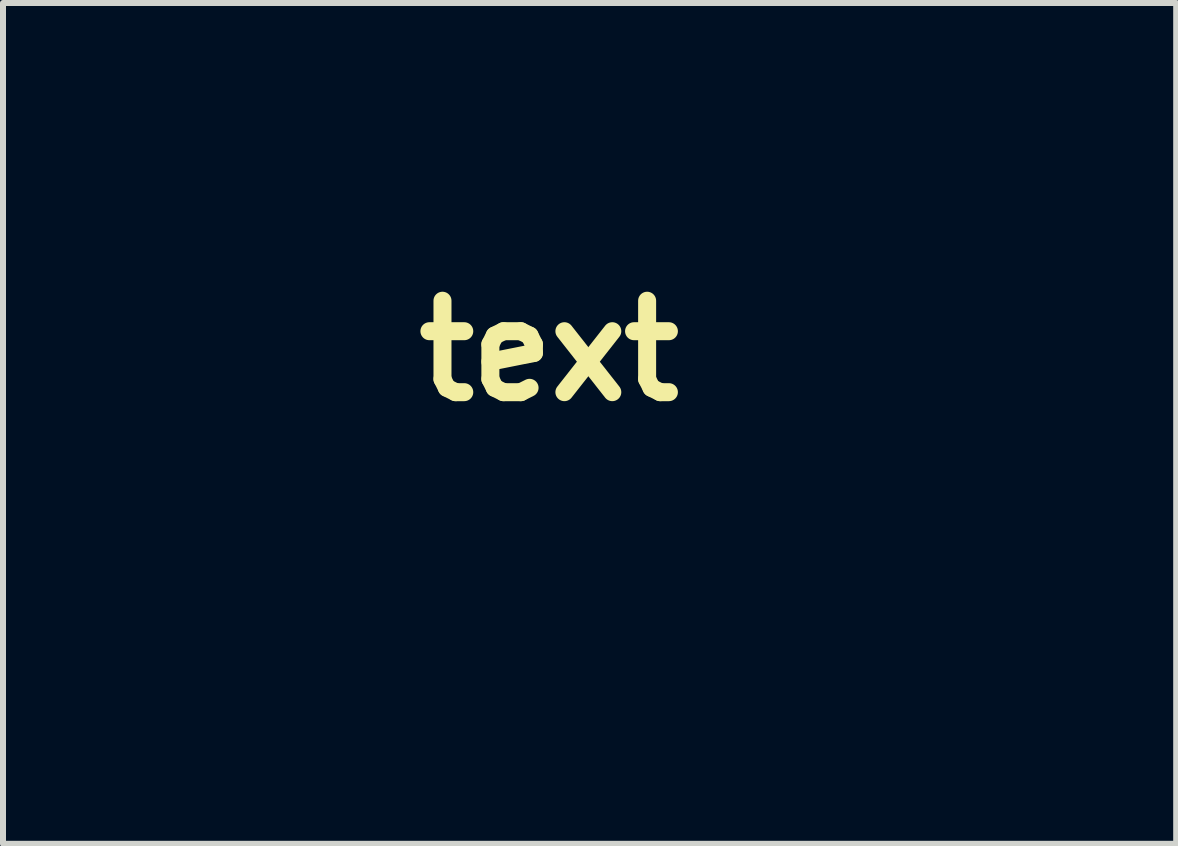
<source format=kicad_pcb>
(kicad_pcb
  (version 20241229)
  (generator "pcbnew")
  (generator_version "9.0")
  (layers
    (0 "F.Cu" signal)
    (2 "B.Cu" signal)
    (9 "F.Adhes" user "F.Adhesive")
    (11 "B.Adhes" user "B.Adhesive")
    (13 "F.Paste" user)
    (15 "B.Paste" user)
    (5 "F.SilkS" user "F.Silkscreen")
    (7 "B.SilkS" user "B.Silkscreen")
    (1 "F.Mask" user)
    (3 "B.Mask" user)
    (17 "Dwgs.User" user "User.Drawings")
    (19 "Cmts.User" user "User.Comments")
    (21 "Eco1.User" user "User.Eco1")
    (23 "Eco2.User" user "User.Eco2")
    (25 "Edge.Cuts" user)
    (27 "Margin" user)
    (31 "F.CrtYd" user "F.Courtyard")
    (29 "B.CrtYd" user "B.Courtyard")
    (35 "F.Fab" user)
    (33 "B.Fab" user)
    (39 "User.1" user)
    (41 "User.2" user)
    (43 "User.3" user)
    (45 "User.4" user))
  (footprint "text"
    (layer "F.Cu")
    (at 6.103 2.797)
    (property "Reference" "text" (at 0 0 0) (layer "F.SilkS") (effects (font (size 1.524 1.524) (thickness 0.3))))
    (attr through_hole)
    (fp_poly (pts (xy 5.969 0.43) (xy 5.975 0.534) (xy 5.944 0.729) (xy 5.92 0.84) (xy 5.866 1.148) (xy 5.858 1.412) (xy 5.896 1.613) (xy 5.945 1.704) (xy 6.062 1.772) (xy 6.22 1.757) (xy 6.41 1.662) (xy 6.626 1.492) (xy 6.858 1.251) (xy 6.934 1.16) (xy 7.117 0.936) (xy 7.247 0.78) (xy 7.334 0.681) (xy 7.388 0.628) (xy 7.421 0.611) (xy 7.442 0.618) (xy 7.446 0.622) (xy 7.445 0.688) (xy 7.382 0.808) (xy 7.272 0.967) (xy 7.126 1.15) (xy 6.958 1.341) (xy 6.781 1.525) (xy 6.608 1.687) (xy 6.451 1.812) (xy 6.426 1.829) (xy 6.315 1.882) (xy 6.185 1.917) (xy 6.065 1.931) (xy 5.982 1.921) (xy 5.967 1.884) (xy 5.969 1.88) (xy 5.961 1.851) (xy 5.925 1.859) (xy 5.842 1.843) (xy 5.773 1.727) (xy 5.718 1.512) (xy 5.702 1.414) (xy 5.663 1.144) (xy 5.45 1.474) (xy 5.295 1.705) (xy 5.174 1.869) (xy 5.067 1.986) (xy 4.957 2.077) (xy 4.929 2.097) (xy 4.769 2.174) (xy 4.641 2.166) (xy 4.586 2.121) (xy 4.509 1.942) (xy 4.51 1.873) (xy 4.629 1.873) (xy 4.646 1.978) (xy 4.728 2.034) (xy 4.843 2) (xy 4.983 1.878) (xy 5.077 1.765) (xy 5.195 1.612) (xy 5.298 1.481) (xy 5.357 1.41) (xy 5.407 1.342) (xy 5.407 1.321) (xy 5.414 1.281) (xy 5.462 1.178) (xy 5.522 1.067) (xy 5.603 0.908) (xy 5.63 0.805) (xy 5.612 0.73) (xy 5.608 0.724) (xy 5.501 0.633) (xy 5.362 0.628) (xy 5.212 0.709) (xy 5.185 0.733) (xy 5.088 0.809) (xy 5.018 0.831) (xy 5.009 0.826) (xy 4.982 0.822) (xy 4.985 0.838) (xy 4.972 0.906) (xy 4.923 1.037) (xy 4.848 1.204) (xy 4.841 1.219) (xy 4.731 1.474) (xy 4.659 1.698) (xy 4.629 1.873) (xy 4.51 1.873) (xy 4.513 1.706) (xy 4.597 1.412) (xy 4.739 1.103) (xy 4.911 0.829) (xy 5.095 0.629) (xy 5.283 0.511) (xy 5.466 0.48) (xy 5.622 0.534) (xy 5.719 0.59) (xy 5.778 0.581) (xy 5.846 0.502) (xy 5.926 0.419) (xy 5.969 0.43)) (stroke (width 0.01) (type solid)) (fill yes) (layer "F.Mask"))
    (fp_poly (pts (xy -2.143 -2.788) (xy -1.933 -2.719) (xy -1.774 -2.581) (xy -1.66 -2.36) (xy -1.592 -2.064) (xy -1.57 -1.702) (xy -1.594 -1.28) (xy -1.663 -0.808) (xy -1.778 -0.293) (xy -1.906 0.152) (xy -1.984 0.392) (xy -2.044 0.546) (xy -2.092 0.629) (xy -2.137 0.654) (xy -2.175 0.641) (xy -2.184 0.579) (xy -2.159 0.437) (xy -2.101 0.228) (xy -2.078 0.154) (xy -1.919 -0.394) (xy -1.806 -0.898) (xy -1.741 -1.351) (xy -1.723 -1.745) (xy -1.752 -2.074) (xy -1.828 -2.332) (xy -1.952 -2.511) (xy -2.056 -2.581) (xy -2.209 -2.616) (xy -1.93 -2.616) (xy -1.905 -2.591) (xy -1.88 -2.616) (xy -1.905 -2.642) (xy -1.93 -2.616) (xy -2.209 -2.616) (xy -2.296 -2.636) (xy -2.575 -2.607) (xy -2.883 -2.499) (xy -3.209 -2.314) (xy -3.544 -2.06) (xy -3.776 -1.842) (xy -4.155 -1.407) (xy -4.521 -0.888) (xy -4.865 -0.305) (xy -5.179 0.326) (xy -5.452 0.986) (xy -5.675 1.657) (xy -5.823 2.235) (xy -5.875 2.549) (xy -5.907 2.903) (xy -5.921 3.269) (xy -5.915 3.624) (xy -5.889 3.939) (xy -5.844 4.19) (xy -5.824 4.259) (xy -5.697 4.528) (xy -5.524 4.76) (xy -5.328 4.927) (xy -5.284 4.953) (xy -5.005 5.043) (xy -4.67 5.059) (xy -4.287 5.004) (xy -3.867 4.882) (xy -3.421 4.693) (xy -2.958 4.442) (xy -2.708 4.283) (xy -2.507 4.153) (xy -2.334 4.045) (xy -2.208 3.974) (xy -2.149 3.948) (xy -2.099 3.924) (xy -2.098 3.912) (xy -2.066 3.867) (xy -1.972 3.776) (xy -1.834 3.655) (xy -1.778 3.608) (xy -1.583 3.444) (xy -1.381 3.267) (xy -1.215 3.114) (xy -1.206 3.106) (xy -1.072 2.968) (xy -0.999 2.862) (xy -0.969 2.757) (xy -0.967 2.708) (xy -0.832 2.708) (xy -0.802 2.809) (xy -0.735 2.847) (xy -0.632 2.812) (xy -0.494 2.695) (xy -0.423 2.616) (xy -0.307 2.46) (xy -0.171 2.253) (xy -0.04 2.034) (xy -0.013 1.986) (xy 0.09 1.793) (xy 0.148 1.668) (xy 0.165 1.6) (xy 0.254 1.6) (xy 0.279 1.626) (xy 0.305 1.6) (xy 0.279 1.575) (xy 0.254 1.6) (xy 0.165 1.6) (xy 0.167 1.589) (xy 0.153 1.537) (xy 0.125 1.504) (xy -0.001 1.435) (xy -0.143 1.433) (xy -0.254 1.498) (xy -0.331 1.546) (xy -0.374 1.541) (xy -0.408 1.531) (xy -0.399 1.544) (xy -0.407 1.603) (xy -0.458 1.721) (xy -0.541 1.87) (xy -0.678 2.125) (xy -0.771 2.357) (xy -0.822 2.554) (xy -0.832 2.708) (xy -0.967 2.708) (xy -0.965 2.67) (xy -0.932 2.428) (xy -0.844 2.15) (xy -0.716 1.874) (xy -0.563 1.635) (xy -0.488 1.547) (xy -0.292 1.374) (xy -0.118 1.293) (xy 0.042 1.301) (xy 0.136 1.348) (xy 0.234 1.404) (xy 0.295 1.397) (xy 0.365 1.321) (xy 0.366 1.321) (xy 0.441 1.248) (xy 0.49 1.235) (xy 0.494 1.295) (xy 0.48 1.43) (xy 0.45 1.615) (xy 0.434 1.699) (xy 0.383 2.043) (xy 0.386 2.305) (xy 0.442 2.487) (xy 0.469 2.527) (xy 0.575 2.584) (xy 0.728 2.576) (xy 0.899 2.507) (xy 0.968 2.463) (xy 1.064 2.383) (xy 1.186 2.27) (xy 1.318 2.141) (xy 1.44 2.014) (xy 1.535 1.909) (xy 1.586 1.842) (xy 1.586 1.829) (xy 1.593 1.797) (xy 1.625 1.753) (xy 1.702 1.705) (xy 1.746 1.711) (xy 1.776 1.717) (xy 1.765 1.701) (xy 1.76 1.632) (xy 1.795 1.553) (xy 1.835 1.45) (xy 1.873 1.282) (xy 1.899 1.092) (xy 1.935 0.797) (xy 1.988 0.463) (xy 2.055 0.103) (xy 2.132 -0.269) (xy 2.216 -0.643) (xy 2.304 -1.004) (xy 2.392 -1.34) (xy 2.479 -1.639) (xy 2.56 -1.889) (xy 2.632 -2.076) (xy 2.692 -2.189) (xy 2.737 -2.214) (xy 2.743 -2.156) (xy 2.719 -2.024) (xy 2.671 -1.84) (xy 2.635 -1.723) (xy 2.473 -1.171) (xy 2.329 -0.581) (xy 2.206 0.02) (xy 2.109 0.609) (xy 2.044 1.16) (xy 2.013 1.647) (xy 2.012 1.729) (xy 2.012 2.009) (xy 2.019 2.207) (xy 2.035 2.344) (xy 2.062 2.439) (xy 2.097 2.504) (xy 2.212 2.616) (xy 2.344 2.632) (xy 2.492 2.552) (xy 2.654 2.38) (xy 2.829 2.119) (xy 3.017 1.77) (xy 3.215 1.336) (xy 3.422 0.821) (xy 3.637 0.226) (xy 3.859 -0.446) (xy 4.086 -1.192) (xy 4.189 -1.549) (xy 4.307 -1.956) (xy 4.405 -2.27) (xy 4.485 -2.499) (xy 4.551 -2.649) (xy 4.605 -2.727) (xy 4.637 -2.743) (xy 4.663 -2.716) (xy 4.661 -2.626) (xy 4.632 -2.465) (xy 4.573 -2.224) (xy 4.521 -2.032) (xy 4.361 -1.42) (xy 4.211 -0.788) (xy 4.073 -0.149) (xy 3.95 0.48) (xy 3.846 1.084) (xy 3.761 1.648) (xy 3.7 2.157) (xy 3.665 2.595) (xy 3.658 2.856) (xy 3.67 3.197) (xy 3.709 3.45) (xy 3.778 3.624) (xy 3.88 3.731) (xy 3.938 3.759) (xy 4.027 3.818) (xy 4.03 3.871) (xy 3.951 3.891) (xy 3.91 3.886) (xy 3.797 3.853) (xy 3.722 3.789) (xy 3.65 3.663) (xy 3.642 3.645) (xy 3.567 3.403) (xy 3.528 3.072) (xy 3.524 2.657) (xy 3.555 2.164) (xy 3.621 1.599) (xy 3.722 0.966) (xy 3.738 0.878) (xy 3.783 0.625) (xy 3.821 0.405) (xy 3.847 0.24) (xy 3.859 0.149) (xy 3.859 0.141) (xy 3.842 0.162) (xy 3.797 0.263) (xy 3.73 0.43) (xy 3.647 0.647) (xy 3.613 0.737) (xy 3.383 1.323) (xy 3.161 1.81) (xy 2.949 2.198) (xy 2.745 2.486) (xy 2.551 2.675) (xy 2.459 2.73) (xy 2.331 2.782) (xy 2.242 2.784) (xy 2.149 2.742) (xy 2.031 2.628) (xy 1.938 2.434) (xy 1.866 2.151) (xy 1.846 2.039) (xy 1.803 1.767) (xy 1.534 2.1) (xy 1.293 2.364) (xy 1.055 2.563) (xy 0.831 2.692) (xy 0.629 2.745) (xy 0.462 2.718) (xy 0.385 2.663) (xy 0.338 2.608) (xy 0.302 2.536) (xy 0.269 2.423) (xy 0.23 2.243) (xy 0.215 2.167) (xy 0.176 1.971) (xy -0.066 2.355) (xy -0.268 2.645) (xy -0.451 2.851) (xy -0.612 2.969) (xy -0.716 2.997) (xy -0.788 3.029) (xy -0.92 3.116) (xy -1.095 3.247) (xy -1.297 3.41) (xy -1.383 3.483) (xy -1.958 3.952) (xy -2.49 4.34) (xy -2.988 4.651) (xy -3.46 4.891) (xy -3.867 5.05) (xy -4.17 5.133) (xy -4.486 5.188) (xy -4.785 5.212) (xy -5.034 5.202) (xy -5.119 5.186) (xy -5.387 5.071) (xy -5.632 4.883) (xy -5.82 4.647) (xy -5.822 4.644) (xy -5.976 4.289) (xy -6.067 3.867) (xy -6.098 3.389) (xy -6.072 2.866) (xy -5.991 2.308) (xy -5.86 1.727) (xy -5.679 1.132) (xy -5.454 0.534) (xy -5.185 -0.055) (xy -4.877 -0.626) (xy -4.533 -1.167) (xy -4.154 -1.667) (xy -4.068 -1.769) (xy -3.752 -2.095) (xy -3.418 -2.366) (xy -3.078 -2.576) (xy -2.744 -2.72) (xy -2.428 -2.792) (xy -2.143 -2.788)) (stroke (width 0.01) (type solid)) (fill yes) (layer "F.Mask")))
  (gr_rect
    (start -3 -3)
    (end 16.554 11.014)
    (stroke (width 0.1) (type default))
    (fill no)
    (layer "Edge.Cuts")))
</source>
